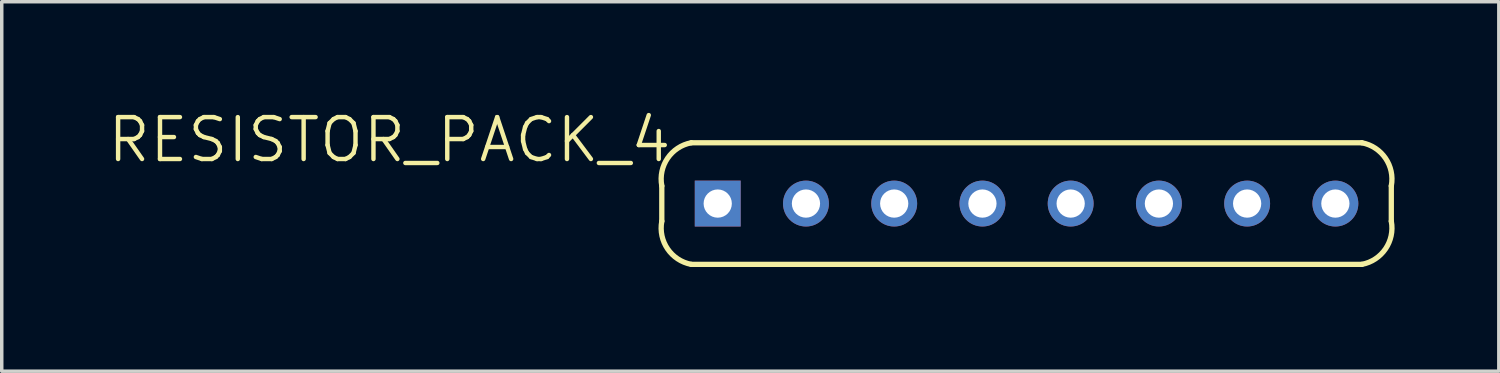
<source format=kicad_pcb>
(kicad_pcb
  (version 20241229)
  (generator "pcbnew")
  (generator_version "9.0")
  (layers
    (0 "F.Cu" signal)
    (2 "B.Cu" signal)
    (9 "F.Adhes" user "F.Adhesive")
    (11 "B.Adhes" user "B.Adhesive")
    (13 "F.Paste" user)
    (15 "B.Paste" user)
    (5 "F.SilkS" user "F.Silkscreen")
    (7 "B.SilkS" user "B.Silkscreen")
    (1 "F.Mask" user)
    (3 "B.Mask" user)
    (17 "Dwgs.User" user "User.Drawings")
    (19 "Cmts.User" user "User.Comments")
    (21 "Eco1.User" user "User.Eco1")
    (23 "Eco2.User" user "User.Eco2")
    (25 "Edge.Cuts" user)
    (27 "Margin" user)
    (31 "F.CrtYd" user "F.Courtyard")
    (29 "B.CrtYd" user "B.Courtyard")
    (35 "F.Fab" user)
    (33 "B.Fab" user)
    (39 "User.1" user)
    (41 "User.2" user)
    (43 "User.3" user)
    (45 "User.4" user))
  (footprint "RESISTOR_PACK_4"
    (layer "F.Cu")
    (at 17.611 2.81)
    (property "Reference" "RESISTOR_PACK_4" (at -1.27 -2.54 0) (layer "F.SilkS") (effects (font (size 1.206 1.206) (thickness 0.127)) (justify right top)))
    (attr through_hole)
    (fp_line (start -1.61 -0.508) (end -1.61 0.508) (stroke (width 0.152) (type solid)) (layer "F.SilkS"))
    (fp_line (start -0.762 1.75) (end 18.542 1.75) (stroke (width 0.152) (type solid)) (layer "F.SilkS"))
    (fp_line (start 18.542 -1.75) (end -0.762 -1.75) (stroke (width 0.152) (type solid)) (layer "F.SilkS"))
    (fp_line (start 19.39 -0.508) (end 19.39 0.508) (stroke (width 0.152) (type solid)) (layer "F.SilkS"))
    (fp_arc (start -1.61 -0.508) (mid -1.443226 -1.304627) (end -0.761999 -1.750001) (stroke (width 0.1524) (type solid)) (layer "F.SilkS"))
    (fp_arc (start -0.761999 1.750001) (mid -1.443226 1.304627) (end -1.61 0.508) (stroke (width 0.1524) (type solid)) (layer "F.SilkS"))
    (fp_arc (start 18.542 -1.75) (mid 19.223227 -1.304627) (end 19.39 -0.508) (stroke (width 0.1524) (type solid)) (layer "F.SilkS"))
    (fp_arc (start 19.39 0.508) (mid 19.223227 1.304627) (end 18.542 1.75) (stroke (width 0.1524) (type solid)) (layer "F.SilkS"))
    (pad "1" thru_hole rect (at 0 0 90) (size 1.321 1.321) (drill 0.813) (layers "*.Cu" "*.Mask"))
    (pad "2" thru_hole circle (at 2.54 0 90) (size 1.321 1.321) (drill 0.813) (layers "*.Cu" "*.Mask"))
    (pad "3" thru_hole circle (at 5.08 0 90) (size 1.321 1.321) (drill 0.813) (layers "*.Cu" "*.Mask"))
    (pad "4" thru_hole circle (at 7.62 0 90) (size 1.321 1.321) (drill 0.813) (layers "*.Cu" "*.Mask"))
    (pad "5" thru_hole circle (at 10.16 0 90) (size 1.321 1.321) (drill 0.813) (layers "*.Cu" "*.Mask"))
    (pad "6" thru_hole circle (at 12.7 0 90) (size 1.321 1.321) (drill 0.813) (layers "*.Cu" "*.Mask"))
    (pad "7" thru_hole circle (at 15.24 0 90) (size 1.321 1.321) (drill 0.813) (layers "*.Cu" "*.Mask"))
    (pad "8" thru_hole circle (at 17.78 0 90) (size 1.321 1.321) (drill 0.813) (layers "*.Cu" "*.Mask")))
  (gr_rect
    (start -3 -3)
    (end 40.096 7.636)
    (stroke (width 0.1) (type default))
    (fill no)
    (layer "Edge.Cuts")))
</source>
